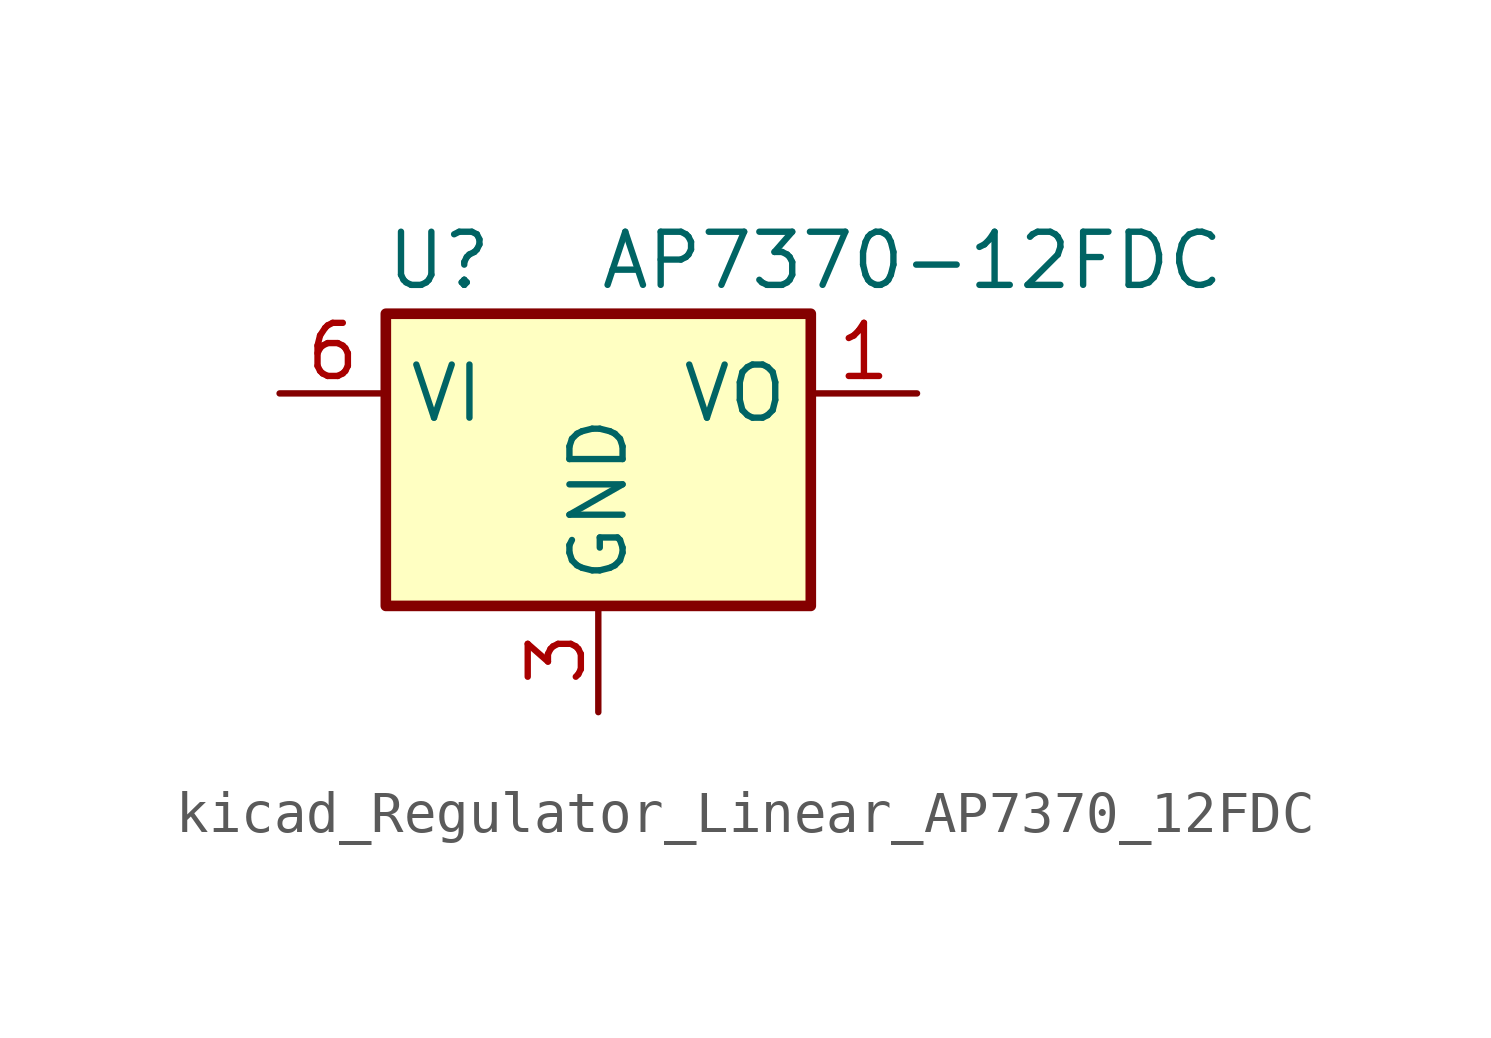
<source format=kicad_sym>
(kicad_symbol_lib
  (version 20220914)
  (generator kicad_symbol_editor)
  (symbol "kicad_Regulator_Linear_AP7370_12FDC"
    (property "Reference" "U"
      (at -3.81 3.175 0)
      (effects (font (size 1.27 1.27))))
    (property "Value" "AP7370-12FDC"
      (at 0 3.175 0)
      (effects (font (size 1.27 1.27)) (justify left)))
    (symbol "kicad_Regulator_Linear_AP7370_12FDC_0_1"
      (rectangle (start -5.08 -5.08) (end 5.08 1.905) (stroke (width 0.254) (type default)) (fill (type background))))
    (symbol "kicad_Regulator_Linear_AP7370_12FDC_1_1"
      (pin power_out line (at 7.62 0 180) (length 2.54) (name "VO" (effects (font (size 1.27 1.27)))) (number "1" (effects (font (size 1.27 1.27)))))
      (pin no_connect line (at -5.08 -2.54 0) (length 2.54) hide (name "NC" (effects (font (size 1.27 1.27)))) (number "2" (effects (font (size 1.27 1.27)))))
      (pin power_in line (at 0 -7.62 90) (length 2.54) (name "GND" (effects (font (size 1.27 1.27)))) (number "3" (effects (font (size 1.27 1.27)))))
      (pin no_connect line (at 5.08 -2.54 180) (length 2.54) hide (name "NC" (effects (font (size 1.27 1.27)))) (number "4" (effects (font (size 1.27 1.27)))))
      (pin no_connect line (at -5.08 -5.08 0) (length 2.54) hide (name "NC" (effects (font (size 1.27 1.27)))) (number "5" (effects (font (size 1.27 1.27)))))
      (pin power_in line (at -7.62 0 0) (length 2.54) (name "VI" (effects (font (size 1.27 1.27)))) (number "6" (effects (font (size 1.27 1.27)))))
      (pin passive line (at 0 -7.62 90) (length 2.54) hide (name "GND" (effects (font (size 1.27 1.27)))) (number "7" (effects (font (size 1.27 1.27))))))))
</source>
